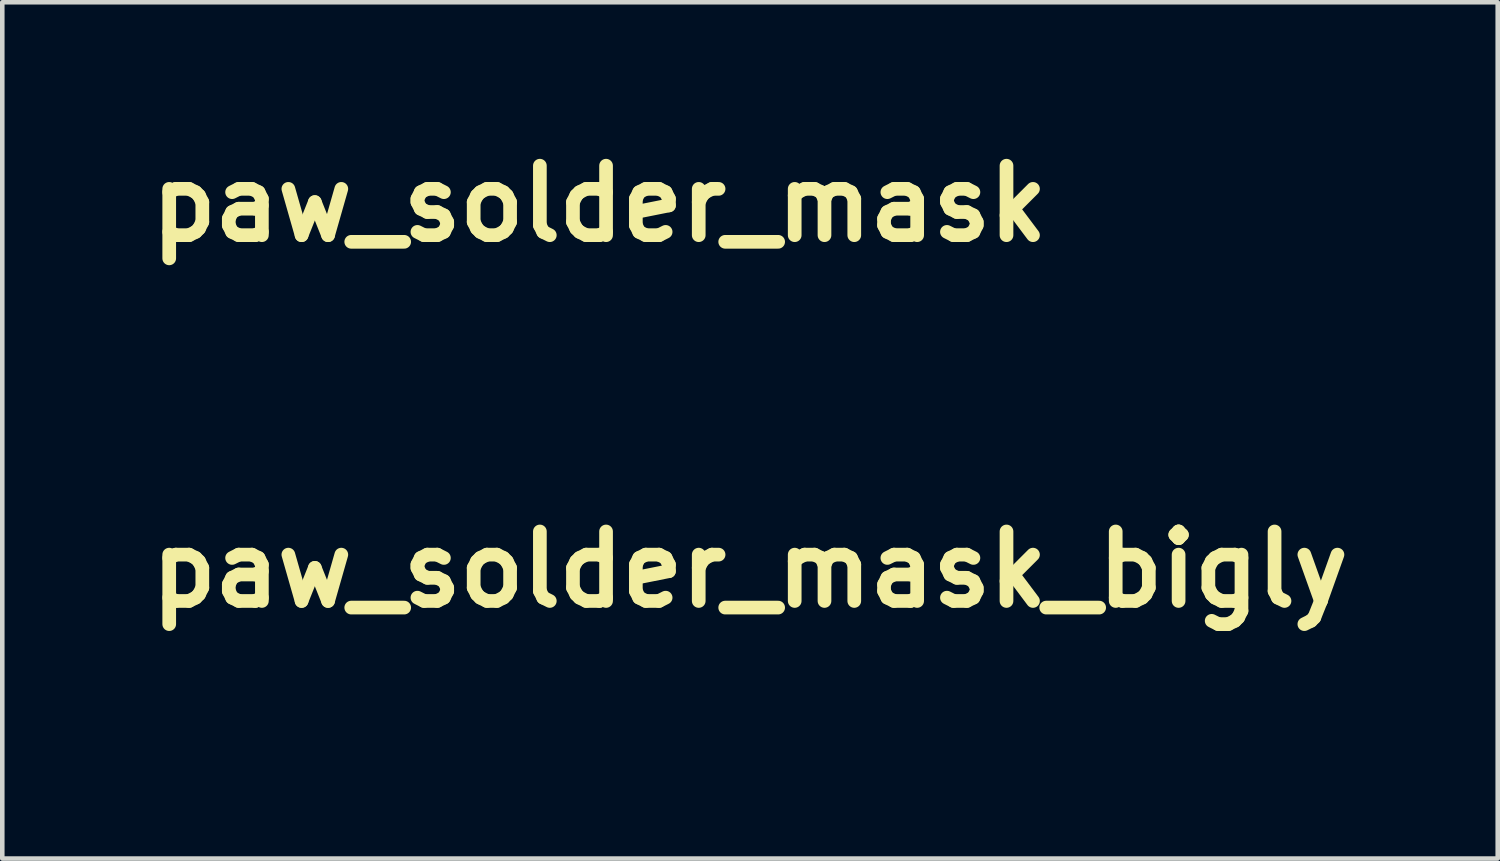
<source format=kicad_pcb>
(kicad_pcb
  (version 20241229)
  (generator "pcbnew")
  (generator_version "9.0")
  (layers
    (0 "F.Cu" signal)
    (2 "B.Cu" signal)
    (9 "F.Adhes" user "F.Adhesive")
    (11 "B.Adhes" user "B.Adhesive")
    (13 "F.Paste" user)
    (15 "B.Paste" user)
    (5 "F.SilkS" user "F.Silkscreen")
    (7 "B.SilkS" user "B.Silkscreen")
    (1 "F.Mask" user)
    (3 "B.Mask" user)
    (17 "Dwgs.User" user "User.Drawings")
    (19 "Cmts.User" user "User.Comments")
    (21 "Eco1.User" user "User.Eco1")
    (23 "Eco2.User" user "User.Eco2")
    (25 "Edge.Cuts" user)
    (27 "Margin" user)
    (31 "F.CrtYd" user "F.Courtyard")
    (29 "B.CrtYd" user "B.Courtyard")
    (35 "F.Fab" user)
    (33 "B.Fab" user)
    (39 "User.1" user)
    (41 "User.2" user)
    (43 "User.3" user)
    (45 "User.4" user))
  (footprint "paw_solder_mask_bigly"
    (layer "F.Cu")
    (at 13.397 9.439)
    (property "Reference" "paw_solder_mask_bigly" (at 0 0 0) (layer "F.SilkS") (effects (font (size 1.524 1.524) (thickness 0.3))))
    (attr through_hole)
    (fp_poly (pts (xy -1.951 -1.438) (xy -1.99 -1.119) (xy -2.086 -0.879) (xy -2.221 -0.751) (xy -2.311 -0.743) (xy -2.411 -0.825) (xy -2.39 -1.005) (xy -2.244 -1.289) (xy -2.147 -1.438) (xy -1.947 -1.733) (xy -1.951 -1.438)) (stroke (width 0.01) (type solid)) (fill yes) (layer "F.Mask"))
    (fp_poly (pts (xy 2.012 -3.403) (xy 2.024 -3.239) (xy 1.987 -2.914) (xy 1.902 -2.738) (xy 1.759 -2.696) (xy 1.714 -2.704) (xy 1.524 -2.752) (xy 1.702 -3.111) (xy 1.846 -3.361) (xy 1.952 -3.459) (xy 2.012 -3.403)) (stroke (width 0.01) (type solid)) (fill yes) (layer "F.Mask"))
    (fp_poly (pts (xy 0.064 -3.175) (xy 0.041 -2.918) (xy -0.009 -2.786) (xy -0.107 -2.732) (xy -0.148 -2.725) (xy -0.302 -2.744) (xy -0.338 -2.809) (xy -0.296 -2.944) (xy -0.188 -3.155) (xy -0.126 -3.26) (xy 0.086 -3.598) (xy 0.064 -3.175)) (stroke (width 0.01) (type solid)) (fill yes) (layer "F.Mask"))
    (fp_poly (pts (xy 2.967 -1.474) (xy 2.974 -1.456) (xy 3.005 -1.252) (xy 2.993 -0.996) (xy 2.99 -0.979) (xy 2.936 -0.773) (xy 2.839 -0.689) (xy 2.735 -0.677) (xy 2.588 -0.701) (xy 2.57 -0.806) (xy 2.586 -0.868) (xy 2.662 -1.076) (xy 2.767 -1.326) (xy 2.776 -1.345) (xy 2.866 -1.522) (xy 2.919 -1.56) (xy 2.967 -1.474)) (stroke (width 0.01) (type solid)) (fill yes) (layer "F.Mask"))
    (fp_poly (pts (xy -2.202 -0.458) (xy -1.966 -0.314) (xy -1.8 -0.076) (xy -1.715 0.223) (xy -1.724 0.549) (xy -1.839 0.867) (xy -1.969 1.047) (xy -2.246 1.262) (xy -2.535 1.308) (xy -2.679 1.27) (xy -2.935 1.081) (xy -3.089 0.767) (xy -3.133 0.409) (xy -3.067 0.017) (xy -2.882 -0.276) (xy -2.589 -0.449) (xy -2.496 -0.472) (xy -2.202 -0.458)) (stroke (width 0.01) (type solid)) (fill yes) (layer "F.Mask"))
    (fp_poly (pts (xy -0.14 -2.465) (xy 0.04 -2.327) (xy 0.18 -2.109) (xy 0.216 -2.003) (xy 0.223 -1.692) (xy 0.127 -1.331) (xy -0.051 -0.986) (xy -0.211 -0.788) (xy -0.475 -0.594) (xy -0.751 -0.502) (xy -0.997 -0.519) (xy -1.169 -0.65) (xy -1.182 -0.672) (xy -1.272 -1.006) (xy -1.233 -1.383) (xy -1.085 -1.763) (xy -0.847 -2.106) (xy -0.538 -2.372) (xy -0.316 -2.482) (xy -0.14 -2.465)) (stroke (width 0.01) (type solid)) (fill yes) (layer "F.Mask"))
    (fp_poly (pts (xy 1.927 -2.336) (xy 2.058 -2.13) (xy 2.11 -1.84) (xy 2.07 -1.488) (xy 1.936 -1.119) (xy 1.762 -0.853) (xy 1.533 -0.621) (xy 1.297 -0.465) (xy 1.141 -0.424) (xy 1.012 -0.468) (xy 0.866 -0.555) (xy 0.715 -0.756) (xy 0.664 -1.047) (xy 0.704 -1.388) (xy 0.827 -1.74) (xy 1.025 -2.061) (xy 1.202 -2.245) (xy 1.486 -2.415) (xy 1.732 -2.438) (xy 1.927 -2.336)) (stroke (width 0.01) (type solid)) (fill yes) (layer "F.Mask"))
    (fp_poly (pts (xy 2.929 -0.366) (xy 3.07 -0.212) (xy 3.108 0.015) (xy 3.049 0.288) (xy 2.899 0.582) (xy 2.665 0.871) (xy 2.352 1.13) (xy 2.271 1.182) (xy 1.93 1.331) (xy 1.651 1.325) (xy 1.488 1.222) (xy 1.383 1.069) (xy 1.369 0.885) (xy 1.451 0.627) (xy 1.535 0.442) (xy 1.76 0.105) (xy 2.061 -0.176) (xy 2.392 -0.363) (xy 2.677 -0.423) (xy 2.929 -0.366)) (stroke (width 0.01) (type solid)) (fill yes) (layer "F.Mask"))
    (fp_poly (pts (xy 0.658 0.356) (xy 0.832 0.448) (xy 0.832 0.448) (xy 0.88 0.59) (xy 0.906 0.836) (xy 0.906 1.02) (xy 0.914 1.346) (xy 0.981 1.584) (xy 1.085 1.756) (xy 1.282 2.143) (xy 1.321 2.516) (xy 1.206 2.854) (xy 0.937 3.135) (xy 0.931 3.139) (xy 0.638 3.303) (xy 0.378 3.333) (xy 0.092 3.233) (xy 0.056 3.214) (xy -0.16 3.11) (xy -0.309 3.089) (xy -0.472 3.145) (xy -0.527 3.172) (xy -0.808 3.282) (xy -1.016 3.278) (xy -1.199 3.163) (xy -1.307 3.083) (xy -1.423 3.069) (xy -1.609 3.123) (xy -1.716 3.163) (xy -2.112 3.281) (xy -2.402 3.286) (xy -2.607 3.176) (xy -2.673 3.094) (xy -2.758 2.83) (xy -2.688 2.531) (xy -2.461 2.192) (xy -2.132 1.858) (xy -1.845 1.562) (xy -1.575 1.224) (xy -1.397 0.945) (xy -1.176 0.6) (xy -0.949 0.407) (xy -0.685 0.351) (xy -0.355 0.418) (xy -0.355 0.418) (xy -0.086 0.481) (xy 0.107 0.454) (xy 0.152 0.433) (xy 0.408 0.351) (xy 0.658 0.356)) (stroke (width 0.01) (type solid)) (fill yes) (layer "F.Mask")))
  (footprint "paw_solder_mask"
    (layer "F.Cu")
    (at 10.095 1.418)
    (property "Reference" "paw_solder_mask" (at 0 0 0) (layer "F.SilkS") (effects (font (size 1.524 1.524) (thickness 0.3))))
    (attr through_hole)
    (fp_poly (pts (xy -0.488 -0.359) (xy -0.498 -0.28) (xy -0.522 -0.22) (xy -0.555 -0.188) (xy -0.578 -0.186) (xy -0.603 -0.206) (xy -0.597 -0.251) (xy -0.561 -0.322) (xy -0.537 -0.359) (xy -0.487 -0.433) (xy -0.488 -0.359)) (stroke (width 0.01) (type solid)) (fill yes) (layer "F.Mask"))
    (fp_poly (pts (xy 0.503 -0.851) (xy 0.506 -0.81) (xy 0.497 -0.728) (xy 0.476 -0.685) (xy 0.44 -0.674) (xy 0.429 -0.676) (xy 0.381 -0.688) (xy 0.426 -0.778) (xy 0.461 -0.84) (xy 0.488 -0.865) (xy 0.503 -0.851)) (stroke (width 0.01) (type solid)) (fill yes) (layer "F.Mask"))
    (fp_poly (pts (xy 0.016 -0.794) (xy 0.01 -0.73) (xy -0.002 -0.696) (xy -0.027 -0.683) (xy -0.037 -0.681) (xy -0.075 -0.686) (xy -0.085 -0.702) (xy -0.074 -0.736) (xy -0.047 -0.789) (xy -0.032 -0.815) (xy 0.021 -0.9) (xy 0.016 -0.794)) (stroke (width 0.01) (type solid)) (fill yes) (layer "F.Mask"))
    (fp_poly (pts (xy 0.742 -0.369) (xy 0.743 -0.364) (xy 0.751 -0.313) (xy 0.748 -0.249) (xy 0.748 -0.245) (xy 0.734 -0.193) (xy 0.71 -0.172) (xy 0.684 -0.169) (xy 0.647 -0.175) (xy 0.642 -0.201) (xy 0.647 -0.217) (xy 0.665 -0.269) (xy 0.692 -0.331) (xy 0.694 -0.336) (xy 0.716 -0.381) (xy 0.73 -0.39) (xy 0.742 -0.369)) (stroke (width 0.01) (type solid)) (fill yes) (layer "F.Mask"))
    (fp_poly (pts (xy -0.55 -0.114) (xy -0.491 -0.079) (xy -0.45 -0.019) (xy -0.429 0.056) (xy -0.431 0.137) (xy -0.46 0.217) (xy -0.492 0.262) (xy -0.562 0.316) (xy -0.634 0.327) (xy -0.67 0.317) (xy -0.734 0.27) (xy -0.772 0.192) (xy -0.783 0.102) (xy -0.767 0.004) (xy -0.72 -0.069) (xy -0.647 -0.112) (xy -0.624 -0.118) (xy -0.55 -0.114)) (stroke (width 0.01) (type solid)) (fill yes) (layer "F.Mask"))
    (fp_poly (pts (xy -0.035 -0.616) (xy 0.01 -0.582) (xy 0.045 -0.527) (xy 0.054 -0.501) (xy 0.056 -0.423) (xy 0.032 -0.333) (xy -0.013 -0.246) (xy -0.053 -0.197) (xy -0.119 -0.148) (xy -0.188 -0.126) (xy -0.249 -0.13) (xy -0.292 -0.162) (xy -0.296 -0.168) (xy -0.318 -0.251) (xy -0.308 -0.346) (xy -0.271 -0.441) (xy -0.212 -0.526) (xy -0.135 -0.593) (xy -0.079 -0.62) (xy -0.035 -0.616)) (stroke (width 0.01) (type solid)) (fill yes) (layer "F.Mask"))
    (fp_poly (pts (xy 0.482 -0.584) (xy 0.514 -0.532) (xy 0.527 -0.46) (xy 0.517 -0.372) (xy 0.484 -0.28) (xy 0.441 -0.213) (xy 0.383 -0.155) (xy 0.324 -0.116) (xy 0.285 -0.106) (xy 0.253 -0.117) (xy 0.216 -0.139) (xy 0.179 -0.189) (xy 0.166 -0.262) (xy 0.176 -0.347) (xy 0.207 -0.435) (xy 0.256 -0.515) (xy 0.3 -0.561) (xy 0.371 -0.604) (xy 0.433 -0.61) (xy 0.482 -0.584)) (stroke (width 0.01) (type solid)) (fill yes) (layer "F.Mask"))
    (fp_poly (pts (xy 0.732 -0.092) (xy 0.768 -0.053) (xy 0.777 0.004) (xy 0.762 0.072) (xy 0.725 0.145) (xy 0.666 0.218) (xy 0.588 0.283) (xy 0.568 0.296) (xy 0.483 0.333) (xy 0.413 0.331) (xy 0.372 0.305) (xy 0.346 0.267) (xy 0.342 0.221) (xy 0.363 0.157) (xy 0.384 0.111) (xy 0.44 0.026) (xy 0.515 -0.044) (xy 0.598 -0.091) (xy 0.669 -0.106) (xy 0.732 -0.092)) (stroke (width 0.01) (type solid)) (fill yes) (layer "F.Mask"))
    (fp_poly (pts (xy 0.164 0.089) (xy 0.208 0.112) (xy 0.208 0.112) (xy 0.22 0.148) (xy 0.226 0.209) (xy 0.227 0.255) (xy 0.229 0.336) (xy 0.245 0.396) (xy 0.271 0.439) (xy 0.32 0.536) (xy 0.33 0.629) (xy 0.301 0.713) (xy 0.234 0.784) (xy 0.233 0.785) (xy 0.159 0.826) (xy 0.095 0.833) (xy 0.023 0.808) (xy 0.014 0.803) (xy -0.04 0.777) (xy -0.077 0.772) (xy -0.118 0.786) (xy -0.132 0.793) (xy -0.202 0.821) (xy -0.254 0.82) (xy -0.3 0.791) (xy -0.327 0.771) (xy -0.356 0.767) (xy -0.402 0.781) (xy -0.429 0.791) (xy -0.528 0.82) (xy -0.601 0.821) (xy -0.652 0.794) (xy -0.668 0.773) (xy -0.689 0.708) (xy -0.672 0.633) (xy -0.615 0.548) (xy -0.533 0.464) (xy -0.461 0.391) (xy -0.394 0.306) (xy -0.349 0.236) (xy -0.294 0.15) (xy -0.237 0.102) (xy -0.171 0.088) (xy -0.089 0.104) (xy -0.089 0.104) (xy -0.021 0.12) (xy 0.027 0.113) (xy 0.038 0.108) (xy 0.102 0.088) (xy 0.164 0.089)) (stroke (width 0.01) (type solid)) (fill yes) (layer "F.Mask")))
  (gr_rect
    (start -3 -3)
    (end 29.793 15.777)
    (stroke (width 0.1) (type default))
    (fill no)
    (layer "Edge.Cuts")))
</source>
